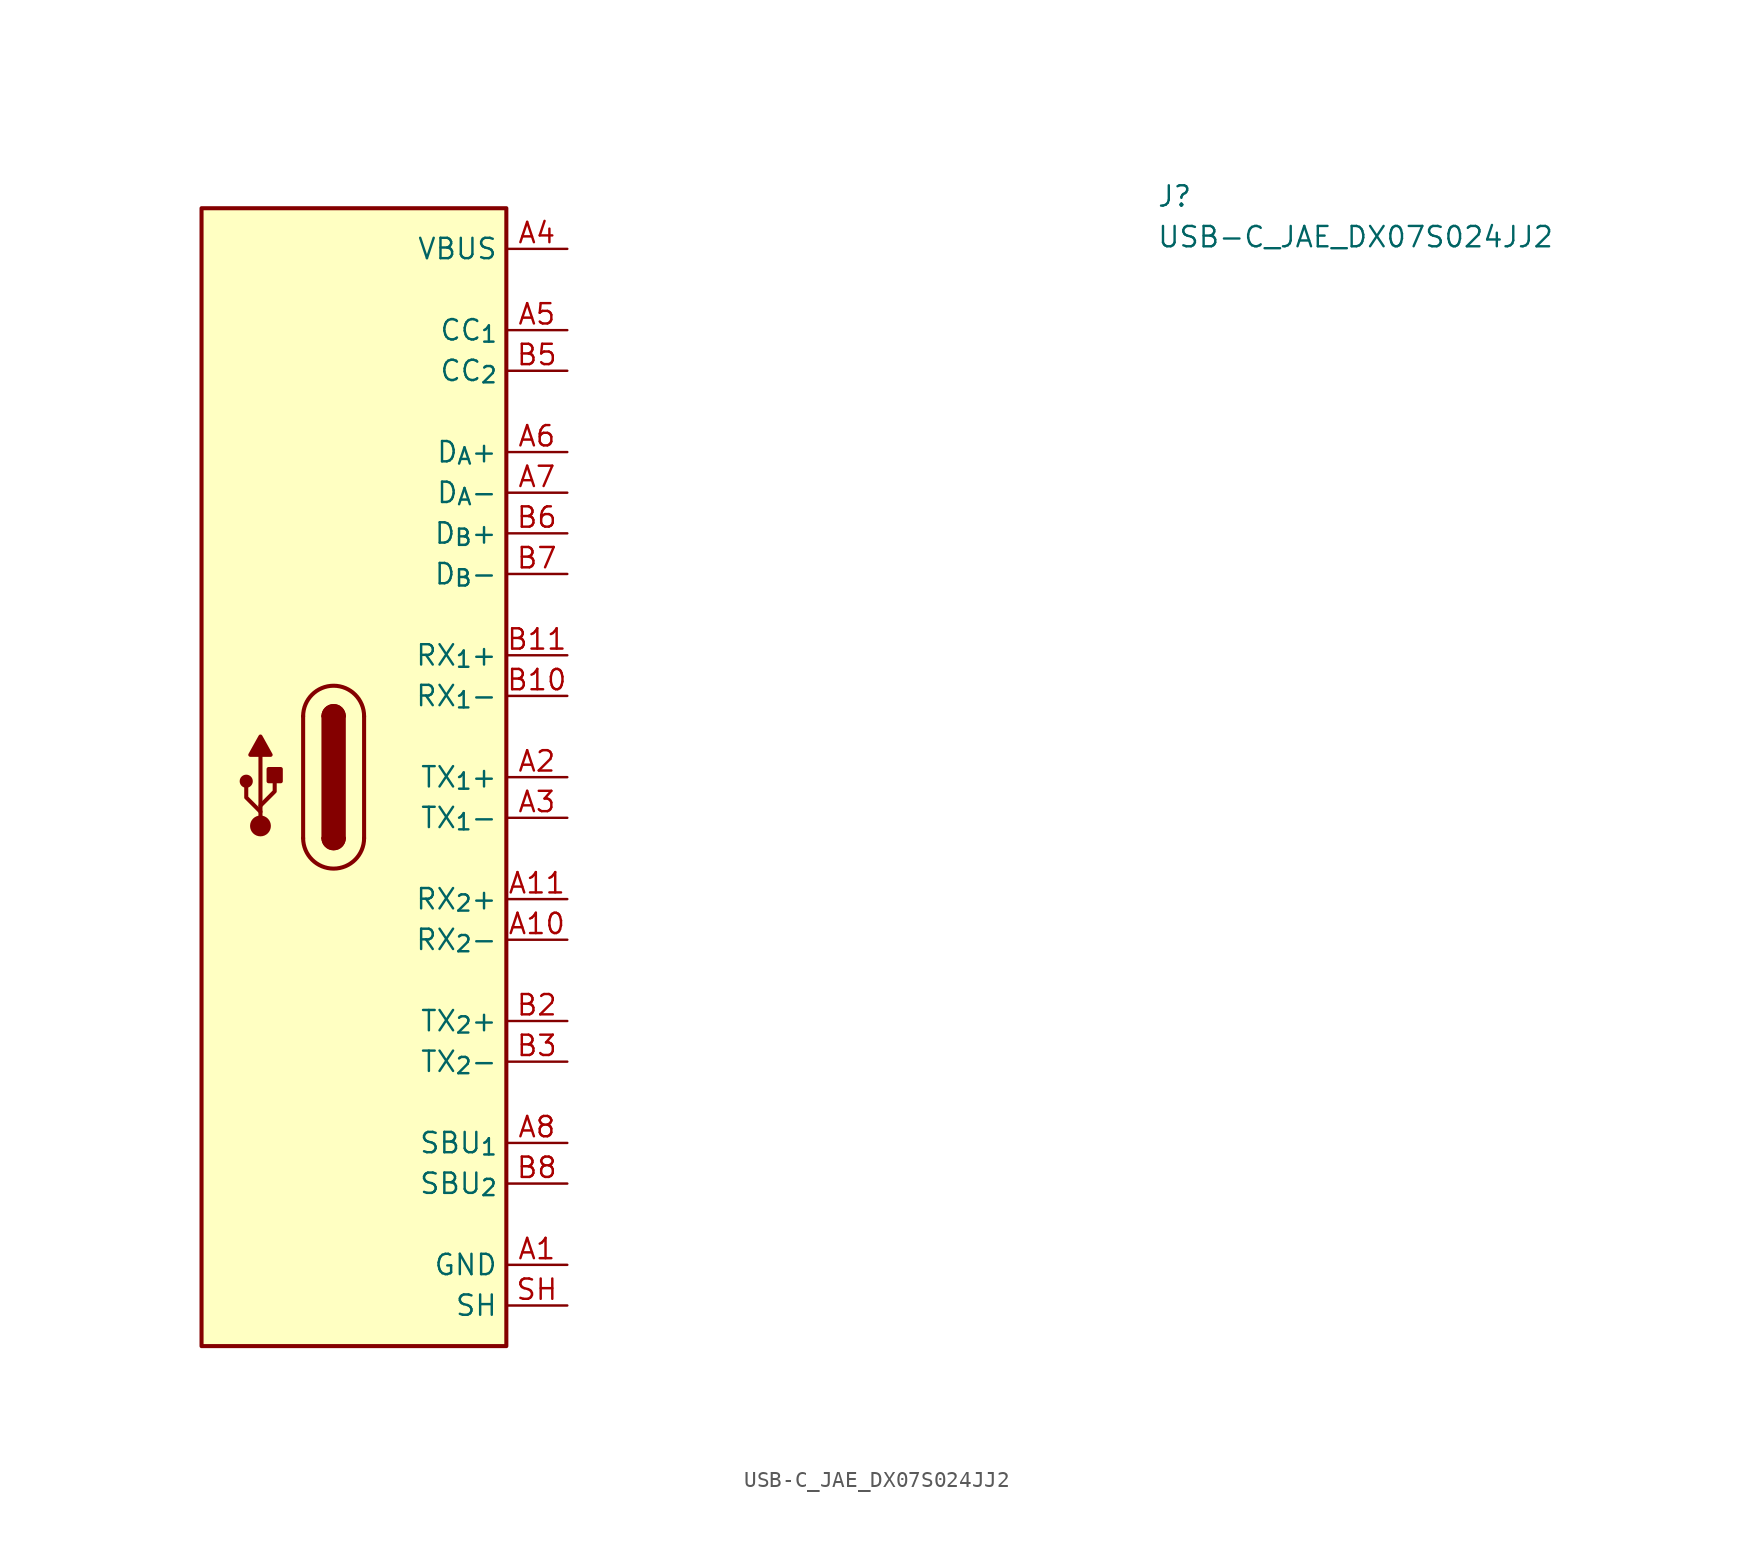
<source format=kicad_sym>
(kicad_symbol_lib
  (version 20220914)
  (generator kicad_symbol_editor)
  (symbol "USB-C_JAE_DX07S024JJ2"
    (property "Reference" "J"
      (at 36.83 2.54 0)
      (effects (font (size 1.27 1.27) (thickness 0.15)) (justify left bottom)))
    (property "Value" "USB-C_JAE_DX07S024JJ2"
      (at 36.83 0 0)
      (effects (font (size 1.27 1.27) (thickness 0.15)) (justify left bottom)))
    (symbol "USB-C_JAE_DX07S024JJ2_1_1"
      (rectangle (start -22.86 -68.58) (end -3.81 2.54) (stroke (width 0.254) (type default)) (fill (type background)))
      (circle (center -20.066 -33.274) (radius 0.284) (stroke (width 0.254) (type default)) (fill (type outline)))
      (circle (center -19.177 -36.068) (radius 0.524) (stroke (width 0.254) (type default)) (fill (type outline)))
      (rectangle (start -18.669 -33.274) (end -17.907 -32.512) (stroke (width 0.254) (type default)) (fill (type outline)))
      (arc (start -16.51 -36.83) (mid -14.605 -38.7267) (end -12.7 -36.83) (stroke (width 0.254) (type default)) (fill (type background)))
      (arc (start -15.24 -36.83) (mid -14.605 -37.4623) (end -13.97 -36.83) (stroke (width 0.254) (type default)) (fill (type outline)))
      (arc (start -15.24 -36.83) (mid -14.605 -37.4623) (end -13.97 -36.83) (stroke (width 0.254) (type default)) (fill (type background)))
      (rectangle (start -15.24 -36.83) (end -13.97 -29.21) (stroke (width 0.254) (type default)) (fill (type outline)))
      (arc (start -13.97 -29.21) (mid -14.605 -28.5777) (end -15.24 -29.21) (stroke (width 0.254) (type default)) (fill (type outline)))
      (arc (start -13.97 -29.21) (mid -14.605 -28.5777) (end -15.24 -29.21) (stroke (width 0.254) (type default)) (fill (type background)))
      (arc (start -12.7 -29.21) (mid -14.605 -27.3133) (end -16.51 -29.21) (stroke (width 0.254) (type default)) (fill (type background)))
      (polyline (pts (xy -19.177 -35.941) (xy -19.177 -31.623)) (stroke (width 0.254) (type default)) (fill (type background)))
      (polyline (pts (xy -16.51 -36.83) (xy -16.51 -29.21)) (stroke (width 0.254) (type default)) (fill (type background)))
      (polyline (pts (xy -12.7 -29.21) (xy -12.7 -36.83)) (stroke (width 0.254) (type default)) (fill (type background)))
      (polyline (pts (xy -19.177 -35.179) (xy -20.066 -34.29) (xy -20.066 -33.655)) (stroke (width 0.254) (type default)) (fill (type background)))
      (polyline (pts (xy -19.177 -34.798) (xy -18.288 -33.909) (xy -18.288 -33.274)) (stroke (width 0.254) (type default)) (fill (type background)))
      (polyline (pts (xy -19.812 -31.623) (xy -19.177 -30.48) (xy -18.542 -31.623) (xy -19.812 -31.623)) (stroke (width 0.254) (type default)) (fill (type outline)))
      (pin power_in line (at 0 -63.5 180) (length 3.81) (name "GND" (effects (font (size 1.27 1.27)))) (number "A1" (effects (font (size 1.27 1.27)))))
      (pin bidirectional line (at 0 -43.18 180) (length 3.81) (name "RX_{2}-" (effects (font (size 1.27 1.27)))) (number "A10" (effects (font (size 1.27 1.27)))))
      (pin bidirectional line (at 0 -40.64 180) (length 3.81) (name "RX_{2}+" (effects (font (size 1.27 1.27)))) (number "A11" (effects (font (size 1.27 1.27)))))
      (pin passive line (at 0 -63.5 180) (length 3.81) hide (name "GND" (effects (font (size 1.27 1.27)))) (number "A12" (effects (font (size 1.27 1.27)))))
      (pin bidirectional line (at 0 -33.02 180) (length 3.81) (name "TX_{1}+" (effects (font (size 1.27 1.27)))) (number "A2" (effects (font (size 1.27 1.27)))))
      (pin bidirectional line (at 0 -35.56 180) (length 3.81) (name "TX_{1}-" (effects (font (size 1.27 1.27)))) (number "A3" (effects (font (size 1.27 1.27)))))
      (pin passive line (at 0 0 180) (length 3.81) (name "VBUS" (effects (font (size 1.27 1.27)))) (number "A4" (effects (font (size 1.27 1.27)))))
      (pin bidirectional line (at 0 -5.08 180) (length 3.81) (name "CC_{1}" (effects (font (size 1.27 1.27)))) (number "A5" (effects (font (size 1.27 1.27)))))
      (pin bidirectional line (at 0 -12.7 180) (length 3.81) (name "D_{A}+" (effects (font (size 1.27 1.27)))) (number "A6" (effects (font (size 1.27 1.27)))))
      (pin bidirectional line (at 0 -15.24 180) (length 3.81) (name "D_{A}-" (effects (font (size 1.27 1.27)))) (number "A7" (effects (font (size 1.27 1.27)))))
      (pin bidirectional line (at 0 -55.88 180) (length 3.81) (name "SBU_{1}" (effects (font (size 1.27 1.27)))) (number "A8" (effects (font (size 1.27 1.27)))))
      (pin passive line (at 0 0 180) (length 3.81) hide (name "VBUS" (effects (font (size 1.27 1.27)))) (number "A9" (effects (font (size 1.27 1.27)))))
      (pin passive line (at 0 -63.5 180) (length 3.81) hide (name "GND" (effects (font (size 1.27 1.27)))) (number "B1" (effects (font (size 1.27 1.27)))))
      (pin bidirectional line (at 0 -27.94 180) (length 3.81) (name "RX_{1}-" (effects (font (size 1.27 1.27)))) (number "B10" (effects (font (size 1.27 1.27)))))
      (pin bidirectional line (at 0 -25.4 180) (length 3.81) (name "RX_{1}+" (effects (font (size 1.27 1.27)))) (number "B11" (effects (font (size 1.27 1.27)))))
      (pin passive line (at 0 -63.5 180) (length 3.81) hide (name "GND" (effects (font (size 1.27 1.27)))) (number "B12" (effects (font (size 1.27 1.27)))))
      (pin bidirectional line (at 0 -48.26 180) (length 3.81) (name "TX_{2}+" (effects (font (size 1.27 1.27)))) (number "B2" (effects (font (size 1.27 1.27)))))
      (pin bidirectional line (at 0 -50.8 180) (length 3.81) (name "TX_{2}-" (effects (font (size 1.27 1.27)))) (number "B3" (effects (font (size 1.27 1.27)))))
      (pin passive line (at 0 0 180) (length 3.81) hide (name "VBUS" (effects (font (size 1.27 1.27)))) (number "B4" (effects (font (size 1.27 1.27)))))
      (pin bidirectional line (at 0 -7.62 180) (length 3.81) (name "CC_{2}" (effects (font (size 1.27 1.27)))) (number "B5" (effects (font (size 1.27 1.27)))))
      (pin bidirectional line (at 0 -17.78 180) (length 3.81) (name "D_{B}+" (effects (font (size 1.27 1.27)))) (number "B6" (effects (font (size 1.27 1.27)))))
      (pin bidirectional line (at 0 -20.32 180) (length 3.81) (name "D_{B}-" (effects (font (size 1.27 1.27)))) (number "B7" (effects (font (size 1.27 1.27)))))
      (pin bidirectional line (at 0 -58.42 180) (length 3.81) (name "SBU_{2}" (effects (font (size 1.27 1.27)))) (number "B8" (effects (font (size 1.27 1.27)))))
      (pin passive line (at 0 0 180) (length 3.81) hide (name "VBUS" (effects (font (size 1.27 1.27)))) (number "B9" (effects (font (size 1.27 1.27)))))
      (pin passive line (at 0 -66.04 180) (length 3.81) (name "SH" (effects (font (size 1.27 1.27)))) (number "SH" (effects (font (size 1.27 1.27))))))))
</source>
